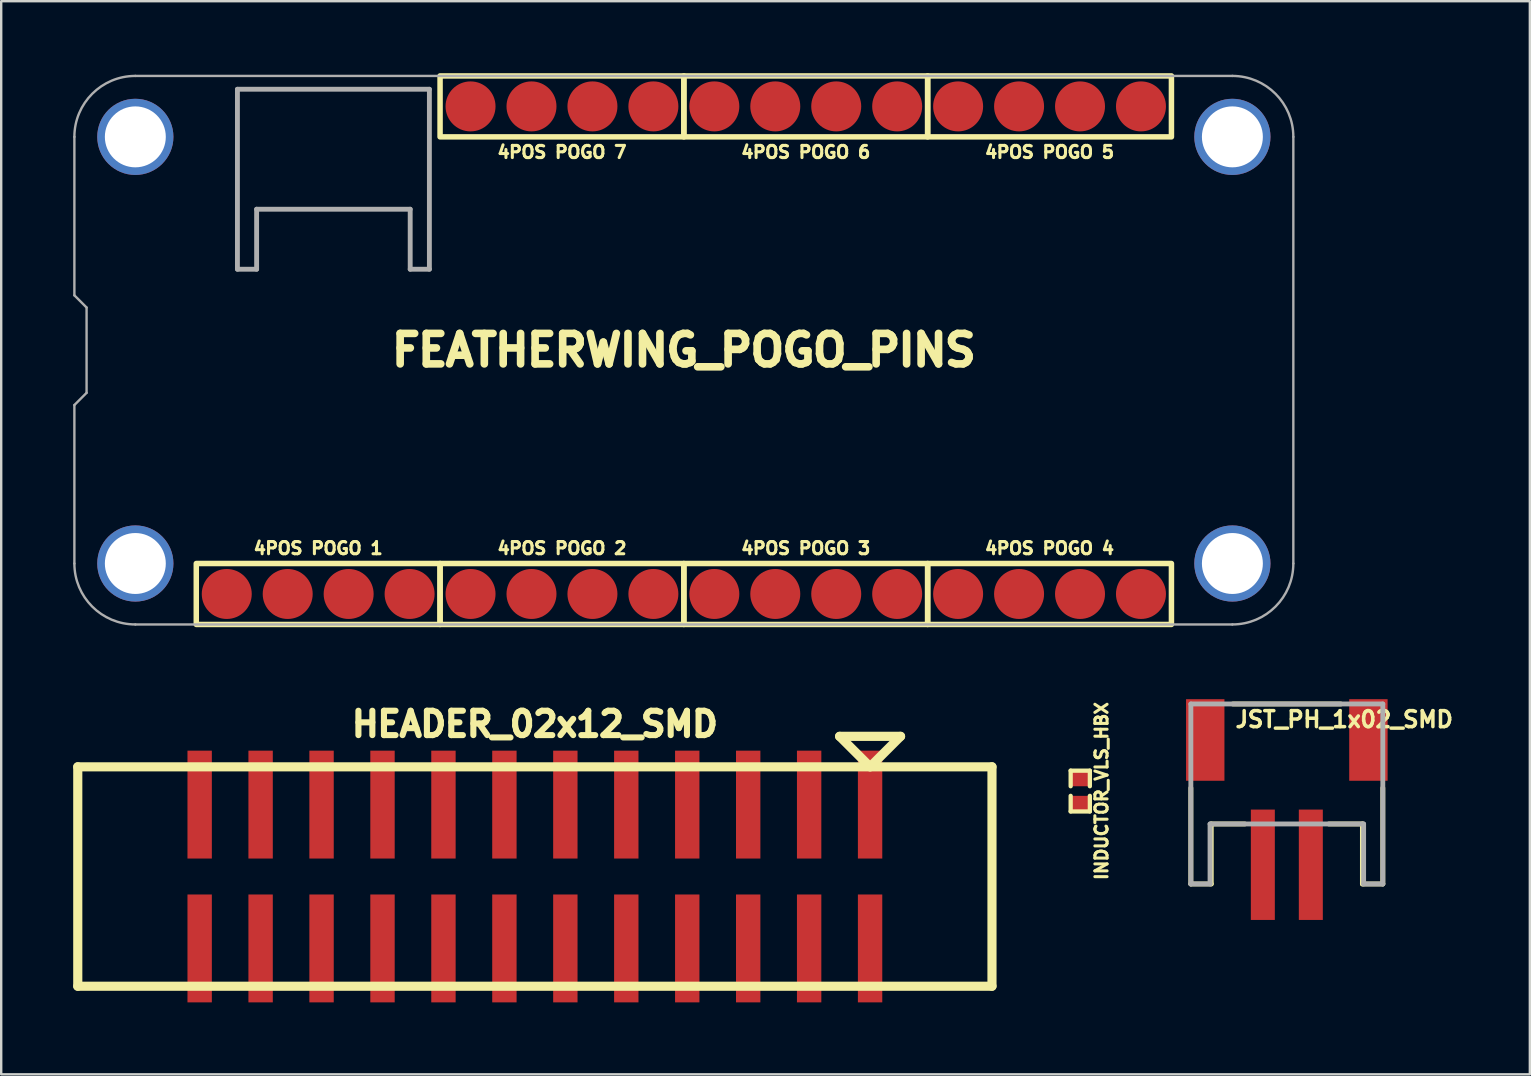
<source format=kicad_pcb>
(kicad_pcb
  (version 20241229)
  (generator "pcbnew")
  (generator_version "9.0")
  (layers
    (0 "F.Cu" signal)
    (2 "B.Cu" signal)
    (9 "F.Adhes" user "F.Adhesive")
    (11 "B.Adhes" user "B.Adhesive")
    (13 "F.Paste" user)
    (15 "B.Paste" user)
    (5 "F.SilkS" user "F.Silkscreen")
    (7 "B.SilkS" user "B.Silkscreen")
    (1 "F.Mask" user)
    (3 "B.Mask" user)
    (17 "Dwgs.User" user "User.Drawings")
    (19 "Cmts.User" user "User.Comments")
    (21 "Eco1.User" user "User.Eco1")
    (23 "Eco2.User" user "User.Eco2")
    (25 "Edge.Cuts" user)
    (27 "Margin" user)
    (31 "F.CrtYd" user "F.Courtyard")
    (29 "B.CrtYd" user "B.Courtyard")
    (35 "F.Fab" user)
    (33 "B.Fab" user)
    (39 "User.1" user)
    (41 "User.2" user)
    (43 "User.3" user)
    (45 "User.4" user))
  (footprint "FEATHERWING_POGO_PINS"
    (layer "F.Cu")
    (at 25.45 11.544)
    (property "Reference" "FEATHERWING_POGO_PINS" (at 0 0 0) (layer "F.SilkS") (effects (font (size 1.27 1.27) (thickness 0.318))))
    (fp_rect (start -20.32 8.89) (end -10.16 11.43) (stroke (width 0.229) (type solid)) (fill no) (layer "F.SilkS"))
    (fp_rect (start -10.16 -11.43) (end 0 -8.89) (stroke (width 0.229) (type solid)) (fill no) (layer "F.SilkS"))
    (fp_rect (start -10.16 8.89) (end 0 11.43) (stroke (width 0.229) (type solid)) (fill no) (layer "F.SilkS"))
    (fp_rect (start 0 -11.43) (end 10.16 -8.89) (stroke (width 0.229) (type solid)) (fill no) (layer "F.SilkS"))
    (fp_rect (start 0 8.89) (end 10.16 11.43) (stroke (width 0.229) (type solid)) (fill no) (layer "F.SilkS"))
    (fp_rect (start 10.16 -11.43) (end 20.32 -8.89) (stroke (width 0.229) (type solid)) (fill no) (layer "F.SilkS"))
    (fp_rect (start 10.16 8.89) (end 20.32 11.43) (stroke (width 0.229) (type solid)) (fill no) (layer "F.SilkS"))
    (fp_line (start -25.4 -8.89) (end -25.4 -2.286) (stroke (width 0.1) (type solid)) (layer "F.Fab"))
    (fp_line (start -25.4 -2.286) (end -24.892 -1.778) (stroke (width 0.1) (type solid)) (layer "F.Fab"))
    (fp_line (start -25.4 2.286) (end -25.4 8.89) (stroke (width 0.1) (type solid)) (layer "F.Fab"))
    (fp_line (start -24.892 -1.778) (end -24.892 1.778) (stroke (width 0.1) (type solid)) (layer "F.Fab"))
    (fp_line (start -24.892 1.778) (end -25.4 2.286) (stroke (width 0.1) (type solid)) (layer "F.Fab"))
    (fp_line (start -22.86 11.43) (end 22.86 11.43) (stroke (width 0.1) (type solid)) (layer "F.Fab"))
    (fp_line (start -18.605 -10.874) (end -10.605 -10.874) (stroke (width 0.203) (type solid)) (layer "F.Fab"))
    (fp_line (start -18.605 -3.374) (end -18.605 -10.874) (stroke (width 0.203) (type solid)) (layer "F.Fab"))
    (fp_line (start -17.805 -5.874) (end -17.805 -3.374) (stroke (width 0.203) (type solid)) (layer "F.Fab"))
    (fp_line (start -17.805 -3.374) (end -18.605 -3.374) (stroke (width 0.203) (type solid)) (layer "F.Fab"))
    (fp_line (start -11.405 -5.874) (end -17.805 -5.874) (stroke (width 0.203) (type solid)) (layer "F.Fab"))
    (fp_line (start -11.405 -3.374) (end -11.405 -5.874) (stroke (width 0.203) (type solid)) (layer "F.Fab"))
    (fp_line (start -10.605 -10.874) (end -10.605 -3.374) (stroke (width 0.203) (type solid)) (layer "F.Fab"))
    (fp_line (start -10.605 -3.374) (end -11.405 -3.374) (stroke (width 0.203) (type solid)) (layer "F.Fab"))
    (fp_line (start 22.86 -11.43) (end -22.86 -11.43) (stroke (width 0.1) (type solid)) (layer "F.Fab"))
    (fp_line (start 25.4 8.89) (end 25.4 -8.89) (stroke (width 0.1) (type solid)) (layer "F.Fab"))
    (fp_arc (start -25.4 -8.89) (mid -24.656051 -10.686051) (end -22.86 -11.43) (stroke (width 0.1) (type solid)) (layer "F.Fab"))
    (fp_arc (start -22.86 11.43) (mid -24.656051 10.686051) (end -25.4 8.89) (stroke (width 0.1) (type solid)) (layer "F.Fab"))
    (fp_arc (start 22.86 -11.43) (mid 24.656051 -10.686051) (end 25.4 -8.89) (stroke (width 0.1) (type solid)) (layer "F.Fab"))
    (fp_arc (start 25.4 8.89) (mid 24.656051 10.686051) (end 22.86 11.43) (stroke (width 0.1) (type solid)) (layer "F.Fab"))
    (fp_text user "4POS POGO 7" (at -5.08 -8.255 0) (unlocked yes) (layer "F.SilkS") (effects (font (size 0.508 0.508) (thickness 0.127))))
    (fp_text user "4POS POGO 4" (at 15.24 8.255 0) (unlocked yes) (layer "F.SilkS") (effects (font (size 0.508 0.508) (thickness 0.127))))
    (fp_text user "4POS POGO 3" (at 5.08 8.255 0) (unlocked yes) (layer "F.SilkS") (effects (font (size 0.508 0.508) (thickness 0.127))))
    (fp_text user "4POS POGO 6" (at 5.08 -8.255 0) (unlocked yes) (layer "F.SilkS") (effects (font (size 0.508 0.508) (thickness 0.127))))
    (fp_text user "4POS POGO 2" (at -5.08 8.255 0) (unlocked yes) (layer "F.SilkS") (effects (font (size 0.508 0.508) (thickness 0.127))))
    (fp_text user "4POS POGO 5" (at 15.24 -8.255 0) (unlocked yes) (layer "F.SilkS") (effects (font (size 0.508 0.508) (thickness 0.127))))
    (fp_text user "4POS POGO 1" (at -15.24 8.255 0) (unlocked yes) (layer "F.SilkS") (effects (font (size 0.508 0.508) (thickness 0.127))))
    (pad "" thru_hole circle (at -22.86 -8.89) (size 3.175 3.175) (drill 2.54) (layers "*.Cu" "*.Mask"))
    (pad "" thru_hole circle (at -22.86 8.89) (size 3.175 3.175) (drill 2.54) (layers "*.Cu" "*.Mask"))
    (pad "" thru_hole circle (at 22.86 -8.89) (size 3.175 3.175) (drill 2.54) (layers "*.Cu" "*.Mask"))
    (pad "" thru_hole circle (at 22.86 8.89) (size 3.175 3.175) (drill 2.54) (layers "*.Cu" "*.Mask"))
    (pad "1" smd circle (at -19.05 10.16) (size 2.083 2.083) (layers "F.Cu" "F.Mask" "F.Paste"))
    (pad "2" smd circle (at -16.51 10.16) (size 2.083 2.083) (layers "F.Cu" "F.Mask" "F.Paste"))
    (pad "3" smd circle (at -13.97 10.16) (size 2.083 2.083) (layers "F.Cu" "F.Mask" "F.Paste"))
    (pad "4" smd circle (at -11.43 10.16) (size 2.083 2.083) (layers "F.Cu" "F.Mask" "F.Paste"))
    (pad "5" smd circle (at -8.89 10.16) (size 2.083 2.083) (layers "F.Cu" "F.Mask" "F.Paste"))
    (pad "6" smd circle (at -6.35 10.16) (size 2.083 2.083) (layers "F.Cu" "F.Mask" "F.Paste"))
    (pad "7" smd circle (at -3.81 10.16) (size 2.083 2.083) (layers "F.Cu" "F.Mask" "F.Paste"))
    (pad "8" smd circle (at -1.27 10.16) (size 2.083 2.083) (layers "F.Cu" "F.Mask" "F.Paste"))
    (pad "9" smd circle (at 1.27 10.16) (size 2.083 2.083) (layers "F.Cu" "F.Mask" "F.Paste"))
    (pad "10" smd circle (at 3.81 10.16) (size 2.083 2.083) (layers "F.Cu" "F.Mask" "F.Paste"))
    (pad "11" smd circle (at 6.35 10.16) (size 2.083 2.083) (layers "F.Cu" "F.Mask" "F.Paste"))
    (pad "12" smd circle (at 8.89 10.16) (size 2.083 2.083) (layers "F.Cu" "F.Mask" "F.Paste"))
    (pad "13" smd circle (at 11.43 10.16) (size 2.083 2.083) (layers "F.Cu" "F.Mask" "F.Paste"))
    (pad "14" smd circle (at 13.97 10.16) (size 2.083 2.083) (layers "F.Cu" "F.Mask" "F.Paste"))
    (pad "15" smd circle (at 16.51 10.16) (size 2.083 2.083) (layers "F.Cu" "F.Mask" "F.Paste"))
    (pad "16" smd circle (at 19.05 10.16) (size 2.083 2.083) (layers "F.Cu" "F.Mask" "F.Paste"))
    (pad "17" smd circle (at 19.05 -10.16) (size 2.083 2.083) (layers "F.Cu" "F.Mask" "F.Paste"))
    (pad "18" smd circle (at 16.51 -10.16) (size 2.083 2.083) (layers "F.Cu" "F.Mask" "F.Paste"))
    (pad "19" smd circle (at 13.97 -10.16) (size 2.083 2.083) (layers "F.Cu" "F.Mask" "F.Paste"))
    (pad "20" smd circle (at 11.43 -10.16) (size 2.083 2.083) (layers "F.Cu" "F.Mask" "F.Paste"))
    (pad "21" smd circle (at 8.89 -10.16) (size 2.083 2.083) (layers "F.Cu" "F.Mask" "F.Paste"))
    (pad "22" smd circle (at 6.35 -10.16) (size 2.083 2.083) (layers "F.Cu" "F.Mask" "F.Paste"))
    (pad "23" smd circle (at 3.81 -10.16) (size 2.083 2.083) (layers "F.Cu" "F.Mask" "F.Paste"))
    (pad "24" smd circle (at 1.27 -10.16) (size 2.083 2.083) (layers "F.Cu" "F.Mask" "F.Paste"))
    (pad "25" smd circle (at -1.27 -10.16) (size 2.083 2.083) (layers "F.Cu" "F.Mask" "F.Paste"))
    (pad "26" smd circle (at -3.81 -10.16) (size 2.083 2.083) (layers "F.Cu" "F.Mask" "F.Paste"))
    (pad "27" smd circle (at -6.35 -10.16) (size 2.083 2.083) (layers "F.Cu" "F.Mask" "F.Paste"))
    (pad "28" smd circle (at -8.89 -10.16) (size 2.083 2.083) (layers "F.Cu" "F.Mask" "F.Paste")))
  (footprint "INDUCTOR_VLS_HBX"
    (layer "F.Cu")
    (at 41.97 29.917)
    (property "Reference" "INDUCTOR_VLS_HBX" (at 0.889 0 90) (layer "F.SilkS") (effects (font (size 0.508 0.508) (thickness 0.127))))
    (attr smd)
    (fp_line (start -0.4 -0.85) (end -0.4 -0.2) (stroke (width 0.178) (type solid)) (layer "F.SilkS"))
    (fp_line (start -0.4 0.85) (end -0.4 0.2) (stroke (width 0.178) (type solid)) (layer "F.SilkS"))
    (fp_line (start 0.4 -0.85) (end -0.4 -0.85) (stroke (width 0.178) (type solid)) (layer "F.SilkS"))
    (fp_line (start 0.4 -0.2) (end 0.4 -0.85) (stroke (width 0.178) (type solid)) (layer "F.SilkS"))
    (fp_line (start 0.4 0.2) (end 0.4 0.85) (stroke (width 0.178) (type solid)) (layer "F.SilkS"))
    (fp_line (start 0.4 0.85) (end -0.4 0.85) (stroke (width 0.178) (type solid)) (layer "F.SilkS"))
    (pad "1" smd rect (at 0 -0.5 270) (size 0.6 0.7) (layers "F.Cu" "F.Mask" "F.Paste"))
    (pad "2" smd rect (at 0 0.5 270) (size 0.6 0.7) (layers "F.Cu" "F.Mask" "F.Paste")))
  (footprint "HEADER_02x12_SMD"
    (layer "F.Cu")
    (at 19.241 33.479)
    (property "Reference" "HEADER_02x12_SMD" (at 0 -6.35 0) (layer "F.SilkS") (effects (font (size 1.016 1.016) (thickness 0.254))))
    (attr through_hole)
    (fp_line (start -19.05 -4.572) (end -19.05 4.572) (stroke (width 0.381) (type solid)) (layer "F.SilkS"))
    (fp_line (start -19.05 4.572) (end 19.05 4.572) (stroke (width 0.381) (type solid)) (layer "F.SilkS"))
    (fp_line (start 12.7 -5.842) (end 13.97 -4.572) (stroke (width 0.381) (type solid)) (layer "F.SilkS"))
    (fp_line (start 13.97 -4.572) (end 15.24 -5.842) (stroke (width 0.381) (type solid)) (layer "F.SilkS"))
    (fp_line (start 15.24 -5.842) (end 12.7 -5.842) (stroke (width 0.381) (type solid)) (layer "F.SilkS"))
    (fp_line (start 19.05 -4.572) (end -19.05 -4.572) (stroke (width 0.381) (type solid)) (layer "F.SilkS"))
    (fp_line (start 19.05 -4.572) (end 19.05 4.572) (stroke (width 0.381) (type solid)) (layer "F.SilkS"))
    (pad "1" smd rect (at 13.97 -2.997) (size 1.016 4.496) (layers "F.Cu" "F.Mask" "F.Paste"))
    (pad "2" smd rect (at 13.97 2.997) (size 1.016 4.496) (layers "F.Cu" "F.Mask" "F.Paste"))
    (pad "3" smd rect (at 11.43 -2.997) (size 1.016 4.496) (layers "F.Cu" "F.Mask" "F.Paste"))
    (pad "4" smd rect (at 11.43 2.997) (size 1.016 4.496) (layers "F.Cu" "F.Mask" "F.Paste"))
    (pad "5" smd rect (at 8.89 -2.997) (size 1.016 4.496) (layers "F.Cu" "F.Mask" "F.Paste"))
    (pad "6" smd rect (at 8.89 2.997) (size 1.016 4.496) (layers "F.Cu" "F.Mask" "F.Paste"))
    (pad "7" smd rect (at 6.35 -2.997) (size 1.016 4.496) (layers "F.Cu" "F.Mask" "F.Paste"))
    (pad "8" smd rect (at 6.35 2.997) (size 1.016 4.496) (layers "F.Cu" "F.Mask" "F.Paste"))
    (pad "9" smd rect (at 3.81 -2.997) (size 1.016 4.496) (layers "F.Cu" "F.Mask" "F.Paste"))
    (pad "10" smd rect (at 3.81 2.997) (size 1.016 4.496) (layers "F.Cu" "F.Mask" "F.Paste"))
    (pad "11" smd rect (at 1.27 -2.997) (size 1.016 4.496) (layers "F.Cu" "F.Mask" "F.Paste"))
    (pad "12" smd rect (at 1.27 2.997) (size 1.016 4.496) (layers "F.Cu" "F.Mask" "F.Paste"))
    (pad "13" smd rect (at -1.27 -2.997) (size 1.016 4.496) (layers "F.Cu" "F.Mask" "F.Paste"))
    (pad "14" smd rect (at -1.27 2.997) (size 1.016 4.496) (layers "F.Cu" "F.Mask" "F.Paste"))
    (pad "15" smd rect (at -3.81 -2.997) (size 1.016 4.496) (layers "F.Cu" "F.Mask" "F.Paste"))
    (pad "16" smd rect (at -3.81 2.997) (size 1.016 4.496) (layers "F.Cu" "F.Mask" "F.Paste"))
    (pad "17" smd rect (at -6.35 -2.997) (size 1.016 4.496) (layers "F.Cu" "F.Mask" "F.Paste"))
    (pad "18" smd rect (at -6.35 2.997) (size 1.016 4.496) (layers "F.Cu" "F.Mask" "F.Paste"))
    (pad "19" smd rect (at -8.89 -2.997) (size 1.016 4.496) (layers "F.Cu" "F.Mask" "F.Paste"))
    (pad "20" smd rect (at -8.89 2.997) (size 1.016 4.496) (layers "F.Cu" "F.Mask" "F.Paste"))
    (pad "21" smd rect (at -11.43 -2.997) (size 1.016 4.496) (layers "F.Cu" "F.Mask" "F.Paste"))
    (pad "22" smd rect (at -11.43 2.997) (size 1.016 4.496) (layers "F.Cu" "F.Mask" "F.Paste"))
    (pad "23" smd rect (at -13.97 -2.997) (size 1.016 4.496) (layers "F.Cu" "F.Mask" "F.Paste"))
    (pad "24" smd rect (at -13.97 2.997) (size 1.016 4.496) (layers "F.Cu" "F.Mask" "F.Paste")))
  (footprint "JST_PH_1x02_SMD"
    (layer "F.Cu")
    (at 50.579 29.289)
    (property "Reference" "JST_PH_1x02_SMD" (at -2.223 -1.968 0) (layer "F.SilkS") (effects (font (size 0.666 0.666) (thickness 0.146)) (justify left bottom)))
    (fp_line (start -4 4.5) (end -4 0.5) (stroke (width 0.203) (type solid)) (layer "F.SilkS"))
    (fp_line (start -3.15 2) (end -3.15 4.5) (stroke (width 0.203) (type solid)) (layer "F.SilkS"))
    (fp_line (start -3.15 4.5) (end -4 4.5) (stroke (width 0.203) (type solid)) (layer "F.SilkS"))
    (fp_line (start -2.25 -3) (end 2.25 -3) (stroke (width 0.203) (type solid)) (layer "F.SilkS"))
    (fp_line (start -1.75 2) (end -3.15 2) (stroke (width 0.203) (type solid)) (layer "F.SilkS"))
    (fp_line (start 3.15 2) (end 1.75 2) (stroke (width 0.203) (type solid)) (layer "F.SilkS"))
    (fp_line (start 3.15 4.5) (end 3.15 2) (stroke (width 0.203) (type solid)) (layer "F.SilkS"))
    (fp_line (start 4 0.5) (end 4 4.5) (stroke (width 0.203) (type solid)) (layer "F.SilkS"))
    (fp_line (start 4 4.5) (end 3.15 4.5) (stroke (width 0.203) (type solid)) (layer "F.SilkS"))
    (fp_line (start -4 -3) (end 4 -3) (stroke (width 0.203) (type solid)) (layer "F.Fab"))
    (fp_line (start -4 4.5) (end -4 -3) (stroke (width 0.203) (type solid)) (layer "F.Fab"))
    (fp_line (start -3.2 2) (end -3.2 4.5) (stroke (width 0.203) (type solid)) (layer "F.Fab"))
    (fp_line (start -3.2 4.5) (end -4 4.5) (stroke (width 0.203) (type solid)) (layer "F.Fab"))
    (fp_line (start 3.2 2) (end -3.2 2) (stroke (width 0.203) (type solid)) (layer "F.Fab"))
    (fp_line (start 3.2 4.5) (end 3.2 2) (stroke (width 0.203) (type solid)) (layer "F.Fab"))
    (fp_line (start 4 -3) (end 4 4.5) (stroke (width 0.203) (type solid)) (layer "F.Fab"))
    (fp_line (start 4 4.5) (end 3.2 4.5) (stroke (width 0.203) (type solid)) (layer "F.Fab"))
    (pad "1" smd rect (at -1 3.7) (size 1 4.6) (layers "F.Cu" "F.Mask" "F.Paste"))
    (pad "2" smd rect (at 1 3.7) (size 1 4.6) (layers "F.Cu" "F.Mask" "F.Paste"))
    (pad "NC1" smd rect (at -3.4 -1.5 90) (size 3.4 1.6) (layers "F.Cu" "F.Mask" "F.Paste"))
    (pad "NC2" smd rect (at 3.4 -1.5 90) (size 3.4 1.6) (layers "F.Cu" "F.Mask" "F.Paste")))
  (gr_rect
    (start -3 -3)
    (end 60.707 41.724)
    (stroke (width 0.1) (type default))
    (fill no)
    (layer "Edge.Cuts")))
</source>
